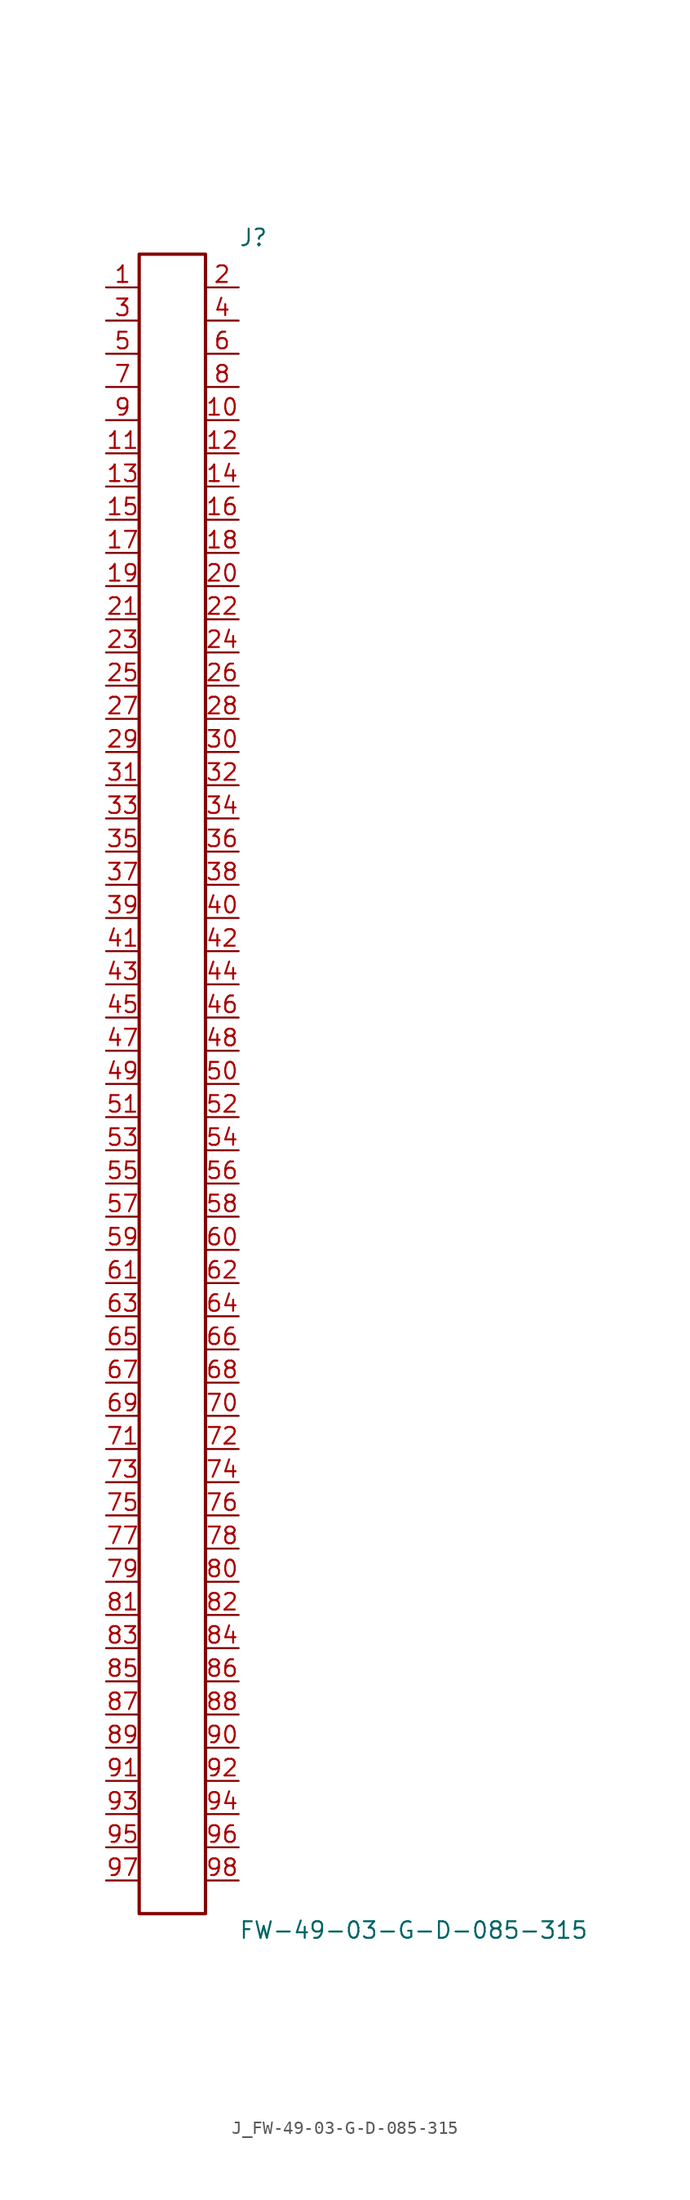
<source format=kicad_sym>
(kicad_symbol_lib
  (version 20231120)
  (generator kicad_symbol_editor)
  (generator_version 8.0)
  (symbol "J_FW-49-03-G-D-085-315"
    (pin_names
      (offset 0.254))
    (property "Reference" "J"
      (at 5.08 64.77 0)
      (effects (font (size 1.27 1.27)) (justify left)))
    (property "Value" "FW-49-03-G-D-085-315"
      (at 5.08 -64.77 0)
      (effects (font (size 1.27 1.27)) (justify left)))
    (symbol "J_FW-49-03-G-D-085-315_0_0"
      (pin unspecified line (at -5.08 60.96 0) (length 2.54) (name "" (effects (font (size 1.27 1.27)))) (number "1" (effects (font (size 1.27 1.27)))))
      (pin unspecified line (at 5.08 60.96 180) (length 2.54) (name "" (effects (font (size 1.27 1.27)))) (number "2" (effects (font (size 1.27 1.27)))))
      (pin unspecified line (at -5.08 58.42 0) (length 2.54) (name "" (effects (font (size 1.27 1.27)))) (number "3" (effects (font (size 1.27 1.27)))))
      (pin unspecified line (at 5.08 58.42 180) (length 2.54) (name "" (effects (font (size 1.27 1.27)))) (number "4" (effects (font (size 1.27 1.27)))))
      (pin unspecified line (at -5.08 55.88 0) (length 2.54) (name "" (effects (font (size 1.27 1.27)))) (number "5" (effects (font (size 1.27 1.27)))))
      (pin unspecified line (at 5.08 55.88 180) (length 2.54) (name "" (effects (font (size 1.27 1.27)))) (number "6" (effects (font (size 1.27 1.27)))))
      (pin unspecified line (at -5.08 53.34 0) (length 2.54) (name "" (effects (font (size 1.27 1.27)))) (number "7" (effects (font (size 1.27 1.27)))))
      (pin unspecified line (at 5.08 53.34 180) (length 2.54) (name "" (effects (font (size 1.27 1.27)))) (number "8" (effects (font (size 1.27 1.27)))))
      (pin unspecified line (at -5.08 50.8 0) (length 2.54) (name "" (effects (font (size 1.27 1.27)))) (number "9" (effects (font (size 1.27 1.27)))))
      (pin unspecified line (at 5.08 50.8 180) (length 2.54) (name "" (effects (font (size 1.27 1.27)))) (number "10" (effects (font (size 1.27 1.27)))))
      (pin unspecified line (at -5.08 48.26 0) (length 2.54) (name "" (effects (font (size 1.27 1.27)))) (number "11" (effects (font (size 1.27 1.27)))))
      (pin unspecified line (at 5.08 48.26 180) (length 2.54) (name "" (effects (font (size 1.27 1.27)))) (number "12" (effects (font (size 1.27 1.27)))))
      (pin unspecified line (at -5.08 45.72 0) (length 2.54) (name "" (effects (font (size 1.27 1.27)))) (number "13" (effects (font (size 1.27 1.27)))))
      (pin unspecified line (at 5.08 45.72 180) (length 2.54) (name "" (effects (font (size 1.27 1.27)))) (number "14" (effects (font (size 1.27 1.27)))))
      (pin unspecified line (at -5.08 43.18 0) (length 2.54) (name "" (effects (font (size 1.27 1.27)))) (number "15" (effects (font (size 1.27 1.27)))))
      (pin unspecified line (at 5.08 43.18 180) (length 2.54) (name "" (effects (font (size 1.27 1.27)))) (number "16" (effects (font (size 1.27 1.27)))))
      (pin unspecified line (at -5.08 40.64 0) (length 2.54) (name "" (effects (font (size 1.27 1.27)))) (number "17" (effects (font (size 1.27 1.27)))))
      (pin unspecified line (at 5.08 40.64 180) (length 2.54) (name "" (effects (font (size 1.27 1.27)))) (number "18" (effects (font (size 1.27 1.27)))))
      (pin unspecified line (at -5.08 38.1 0) (length 2.54) (name "" (effects (font (size 1.27 1.27)))) (number "19" (effects (font (size 1.27 1.27)))))
      (pin unspecified line (at 5.08 38.1 180) (length 2.54) (name "" (effects (font (size 1.27 1.27)))) (number "20" (effects (font (size 1.27 1.27)))))
      (pin unspecified line (at -5.08 35.56 0) (length 2.54) (name "" (effects (font (size 1.27 1.27)))) (number "21" (effects (font (size 1.27 1.27)))))
      (pin unspecified line (at 5.08 35.56 180) (length 2.54) (name "" (effects (font (size 1.27 1.27)))) (number "22" (effects (font (size 1.27 1.27)))))
      (pin unspecified line (at -5.08 33.02 0) (length 2.54) (name "" (effects (font (size 1.27 1.27)))) (number "23" (effects (font (size 1.27 1.27)))))
      (pin unspecified line (at 5.08 33.02 180) (length 2.54) (name "" (effects (font (size 1.27 1.27)))) (number "24" (effects (font (size 1.27 1.27)))))
      (pin unspecified line (at -5.08 30.48 0) (length 2.54) (name "" (effects (font (size 1.27 1.27)))) (number "25" (effects (font (size 1.27 1.27)))))
      (pin unspecified line (at 5.08 30.48 180) (length 2.54) (name "" (effects (font (size 1.27 1.27)))) (number "26" (effects (font (size 1.27 1.27)))))
      (pin unspecified line (at -5.08 27.94 0) (length 2.54) (name "" (effects (font (size 1.27 1.27)))) (number "27" (effects (font (size 1.27 1.27)))))
      (pin unspecified line (at 5.08 27.94 180) (length 2.54) (name "" (effects (font (size 1.27 1.27)))) (number "28" (effects (font (size 1.27 1.27)))))
      (pin unspecified line (at -5.08 25.4 0) (length 2.54) (name "" (effects (font (size 1.27 1.27)))) (number "29" (effects (font (size 1.27 1.27)))))
      (pin unspecified line (at 5.08 25.4 180) (length 2.54) (name "" (effects (font (size 1.27 1.27)))) (number "30" (effects (font (size 1.27 1.27)))))
      (pin unspecified line (at -5.08 22.86 0) (length 2.54) (name "" (effects (font (size 1.27 1.27)))) (number "31" (effects (font (size 1.27 1.27)))))
      (pin unspecified line (at 5.08 22.86 180) (length 2.54) (name "" (effects (font (size 1.27 1.27)))) (number "32" (effects (font (size 1.27 1.27)))))
      (pin unspecified line (at -5.08 20.32 0) (length 2.54) (name "" (effects (font (size 1.27 1.27)))) (number "33" (effects (font (size 1.27 1.27)))))
      (pin unspecified line (at 5.08 20.32 180) (length 2.54) (name "" (effects (font (size 1.27 1.27)))) (number "34" (effects (font (size 1.27 1.27)))))
      (pin unspecified line (at -5.08 17.78 0) (length 2.54) (name "" (effects (font (size 1.27 1.27)))) (number "35" (effects (font (size 1.27 1.27)))))
      (pin unspecified line (at 5.08 17.78 180) (length 2.54) (name "" (effects (font (size 1.27 1.27)))) (number "36" (effects (font (size 1.27 1.27)))))
      (pin unspecified line (at -5.08 15.24 0) (length 2.54) (name "" (effects (font (size 1.27 1.27)))) (number "37" (effects (font (size 1.27 1.27)))))
      (pin unspecified line (at 5.08 15.24 180) (length 2.54) (name "" (effects (font (size 1.27 1.27)))) (number "38" (effects (font (size 1.27 1.27)))))
      (pin unspecified line (at -5.08 12.7 0) (length 2.54) (name "" (effects (font (size 1.27 1.27)))) (number "39" (effects (font (size 1.27 1.27)))))
      (pin unspecified line (at 5.08 12.7 180) (length 2.54) (name "" (effects (font (size 1.27 1.27)))) (number "40" (effects (font (size 1.27 1.27)))))
      (pin unspecified line (at -5.08 10.16 0) (length 2.54) (name "" (effects (font (size 1.27 1.27)))) (number "41" (effects (font (size 1.27 1.27)))))
      (pin unspecified line (at 5.08 10.16 180) (length 2.54) (name "" (effects (font (size 1.27 1.27)))) (number "42" (effects (font (size 1.27 1.27)))))
      (pin unspecified line (at -5.08 7.62 0) (length 2.54) (name "" (effects (font (size 1.27 1.27)))) (number "43" (effects (font (size 1.27 1.27)))))
      (pin unspecified line (at 5.08 7.62 180) (length 2.54) (name "" (effects (font (size 1.27 1.27)))) (number "44" (effects (font (size 1.27 1.27)))))
      (pin unspecified line (at -5.08 5.08 0) (length 2.54) (name "" (effects (font (size 1.27 1.27)))) (number "45" (effects (font (size 1.27 1.27)))))
      (pin unspecified line (at 5.08 5.08 180) (length 2.54) (name "" (effects (font (size 1.27 1.27)))) (number "46" (effects (font (size 1.27 1.27)))))
      (pin unspecified line (at -5.08 2.54 0) (length 2.54) (name "" (effects (font (size 1.27 1.27)))) (number "47" (effects (font (size 1.27 1.27)))))
      (pin unspecified line (at 5.08 2.54 180) (length 2.54) (name "" (effects (font (size 1.27 1.27)))) (number "48" (effects (font (size 1.27 1.27)))))
      (pin unspecified line (at -5.08 0.0 0) (length 2.54) (name "" (effects (font (size 1.27 1.27)))) (number "49" (effects (font (size 1.27 1.27)))))
      (pin unspecified line (at 5.08 0.0 180) (length 2.54) (name "" (effects (font (size 1.27 1.27)))) (number "50" (effects (font (size 1.27 1.27)))))
      (pin unspecified line (at -5.08 -2.54 0) (length 2.54) (name "" (effects (font (size 1.27 1.27)))) (number "51" (effects (font (size 1.27 1.27)))))
      (pin unspecified line (at 5.08 -2.54 180) (length 2.54) (name "" (effects (font (size 1.27 1.27)))) (number "52" (effects (font (size 1.27 1.27)))))
      (pin unspecified line (at -5.08 -5.08 0) (length 2.54) (name "" (effects (font (size 1.27 1.27)))) (number "53" (effects (font (size 1.27 1.27)))))
      (pin unspecified line (at 5.08 -5.08 180) (length 2.54) (name "" (effects (font (size 1.27 1.27)))) (number "54" (effects (font (size 1.27 1.27)))))
      (pin unspecified line (at -5.08 -7.62 0) (length 2.54) (name "" (effects (font (size 1.27 1.27)))) (number "55" (effects (font (size 1.27 1.27)))))
      (pin unspecified line (at 5.08 -7.62 180) (length 2.54) (name "" (effects (font (size 1.27 1.27)))) (number "56" (effects (font (size 1.27 1.27)))))
      (pin unspecified line (at -5.08 -10.16 0) (length 2.54) (name "" (effects (font (size 1.27 1.27)))) (number "57" (effects (font (size 1.27 1.27)))))
      (pin unspecified line (at 5.08 -10.16 180) (length 2.54) (name "" (effects (font (size 1.27 1.27)))) (number "58" (effects (font (size 1.27 1.27)))))
      (pin unspecified line (at -5.08 -12.7 0) (length 2.54) (name "" (effects (font (size 1.27 1.27)))) (number "59" (effects (font (size 1.27 1.27)))))
      (pin unspecified line (at 5.08 -12.7 180) (length 2.54) (name "" (effects (font (size 1.27 1.27)))) (number "60" (effects (font (size 1.27 1.27)))))
      (pin unspecified line (at -5.08 -15.24 0) (length 2.54) (name "" (effects (font (size 1.27 1.27)))) (number "61" (effects (font (size 1.27 1.27)))))
      (pin unspecified line (at 5.08 -15.24 180) (length 2.54) (name "" (effects (font (size 1.27 1.27)))) (number "62" (effects (font (size 1.27 1.27)))))
      (pin unspecified line (at -5.08 -17.78 0) (length 2.54) (name "" (effects (font (size 1.27 1.27)))) (number "63" (effects (font (size 1.27 1.27)))))
      (pin unspecified line (at 5.08 -17.78 180) (length 2.54) (name "" (effects (font (size 1.27 1.27)))) (number "64" (effects (font (size 1.27 1.27)))))
      (pin unspecified line (at -5.08 -20.32 0) (length 2.54) (name "" (effects (font (size 1.27 1.27)))) (number "65" (effects (font (size 1.27 1.27)))))
      (pin unspecified line (at 5.08 -20.32 180) (length 2.54) (name "" (effects (font (size 1.27 1.27)))) (number "66" (effects (font (size 1.27 1.27)))))
      (pin unspecified line (at -5.08 -22.86 0) (length 2.54) (name "" (effects (font (size 1.27 1.27)))) (number "67" (effects (font (size 1.27 1.27)))))
      (pin unspecified line (at 5.08 -22.86 180) (length 2.54) (name "" (effects (font (size 1.27 1.27)))) (number "68" (effects (font (size 1.27 1.27)))))
      (pin unspecified line (at -5.08 -25.4 0) (length 2.54) (name "" (effects (font (size 1.27 1.27)))) (number "69" (effects (font (size 1.27 1.27)))))
      (pin unspecified line (at 5.08 -25.4 180) (length 2.54) (name "" (effects (font (size 1.27 1.27)))) (number "70" (effects (font (size 1.27 1.27)))))
      (pin unspecified line (at -5.08 -27.94 0) (length 2.54) (name "" (effects (font (size 1.27 1.27)))) (number "71" (effects (font (size 1.27 1.27)))))
      (pin unspecified line (at 5.08 -27.94 180) (length 2.54) (name "" (effects (font (size 1.27 1.27)))) (number "72" (effects (font (size 1.27 1.27)))))
      (pin unspecified line (at -5.08 -30.48 0) (length 2.54) (name "" (effects (font (size 1.27 1.27)))) (number "73" (effects (font (size 1.27 1.27)))))
      (pin unspecified line (at 5.08 -30.48 180) (length 2.54) (name "" (effects (font (size 1.27 1.27)))) (number "74" (effects (font (size 1.27 1.27)))))
      (pin unspecified line (at -5.08 -33.02 0) (length 2.54) (name "" (effects (font (size 1.27 1.27)))) (number "75" (effects (font (size 1.27 1.27)))))
      (pin unspecified line (at 5.08 -33.02 180) (length 2.54) (name "" (effects (font (size 1.27 1.27)))) (number "76" (effects (font (size 1.27 1.27)))))
      (pin unspecified line (at -5.08 -35.56 0) (length 2.54) (name "" (effects (font (size 1.27 1.27)))) (number "77" (effects (font (size 1.27 1.27)))))
      (pin unspecified line (at 5.08 -35.56 180) (length 2.54) (name "" (effects (font (size 1.27 1.27)))) (number "78" (effects (font (size 1.27 1.27)))))
      (pin unspecified line (at -5.08 -38.1 0) (length 2.54) (name "" (effects (font (size 1.27 1.27)))) (number "79" (effects (font (size 1.27 1.27)))))
      (pin unspecified line (at 5.08 -38.1 180) (length 2.54) (name "" (effects (font (size 1.27 1.27)))) (number "80" (effects (font (size 1.27 1.27)))))
      (pin unspecified line (at -5.08 -40.64 0) (length 2.54) (name "" (effects (font (size 1.27 1.27)))) (number "81" (effects (font (size 1.27 1.27)))))
      (pin unspecified line (at 5.08 -40.64 180) (length 2.54) (name "" (effects (font (size 1.27 1.27)))) (number "82" (effects (font (size 1.27 1.27)))))
      (pin unspecified line (at -5.08 -43.18 0) (length 2.54) (name "" (effects (font (size 1.27 1.27)))) (number "83" (effects (font (size 1.27 1.27)))))
      (pin unspecified line (at 5.08 -43.18 180) (length 2.54) (name "" (effects (font (size 1.27 1.27)))) (number "84" (effects (font (size 1.27 1.27)))))
      (pin unspecified line (at -5.08 -45.72 0) (length 2.54) (name "" (effects (font (size 1.27 1.27)))) (number "85" (effects (font (size 1.27 1.27)))))
      (pin unspecified line (at 5.08 -45.72 180) (length 2.54) (name "" (effects (font (size 1.27 1.27)))) (number "86" (effects (font (size 1.27 1.27)))))
      (pin unspecified line (at -5.08 -48.26 0) (length 2.54) (name "" (effects (font (size 1.27 1.27)))) (number "87" (effects (font (size 1.27 1.27)))))
      (pin unspecified line (at 5.08 -48.26 180) (length 2.54) (name "" (effects (font (size 1.27 1.27)))) (number "88" (effects (font (size 1.27 1.27)))))
      (pin unspecified line (at -5.08 -50.8 0) (length 2.54) (name "" (effects (font (size 1.27 1.27)))) (number "89" (effects (font (size 1.27 1.27)))))
      (pin unspecified line (at 5.08 -50.8 180) (length 2.54) (name "" (effects (font (size 1.27 1.27)))) (number "90" (effects (font (size 1.27 1.27)))))
      (pin unspecified line (at -5.08 -53.34 0) (length 2.54) (name "" (effects (font (size 1.27 1.27)))) (number "91" (effects (font (size 1.27 1.27)))))
      (pin unspecified line (at 5.08 -53.34 180) (length 2.54) (name "" (effects (font (size 1.27 1.27)))) (number "92" (effects (font (size 1.27 1.27)))))
      (pin unspecified line (at -5.08 -55.88 0) (length 2.54) (name "" (effects (font (size 1.27 1.27)))) (number "93" (effects (font (size 1.27 1.27)))))
      (pin unspecified line (at 5.08 -55.88 180) (length 2.54) (name "" (effects (font (size 1.27 1.27)))) (number "94" (effects (font (size 1.27 1.27)))))
      (pin unspecified line (at -5.08 -58.42 0) (length 2.54) (name "" (effects (font (size 1.27 1.27)))) (number "95" (effects (font (size 1.27 1.27)))))
      (pin unspecified line (at 5.08 -58.42 180) (length 2.54) (name "" (effects (font (size 1.27 1.27)))) (number "96" (effects (font (size 1.27 1.27)))))
      (pin unspecified line (at -5.08 -60.96 0) (length 2.54) (name "" (effects (font (size 1.27 1.27)))) (number "97" (effects (font (size 1.27 1.27)))))
      (pin unspecified line (at 5.08 -60.96 180) (length 2.54) (name "" (effects (font (size 1.27 1.27)))) (number "98" (effects (font (size 1.27 1.27))))))
    (symbol "J_FW-49-03-G-D-085-315_1_0"
      (rectangle (start -2.54 63.5) (end 2.54 -63.5) (stroke (width 0.254) (type solid)) (fill (type none))))))
</source>
